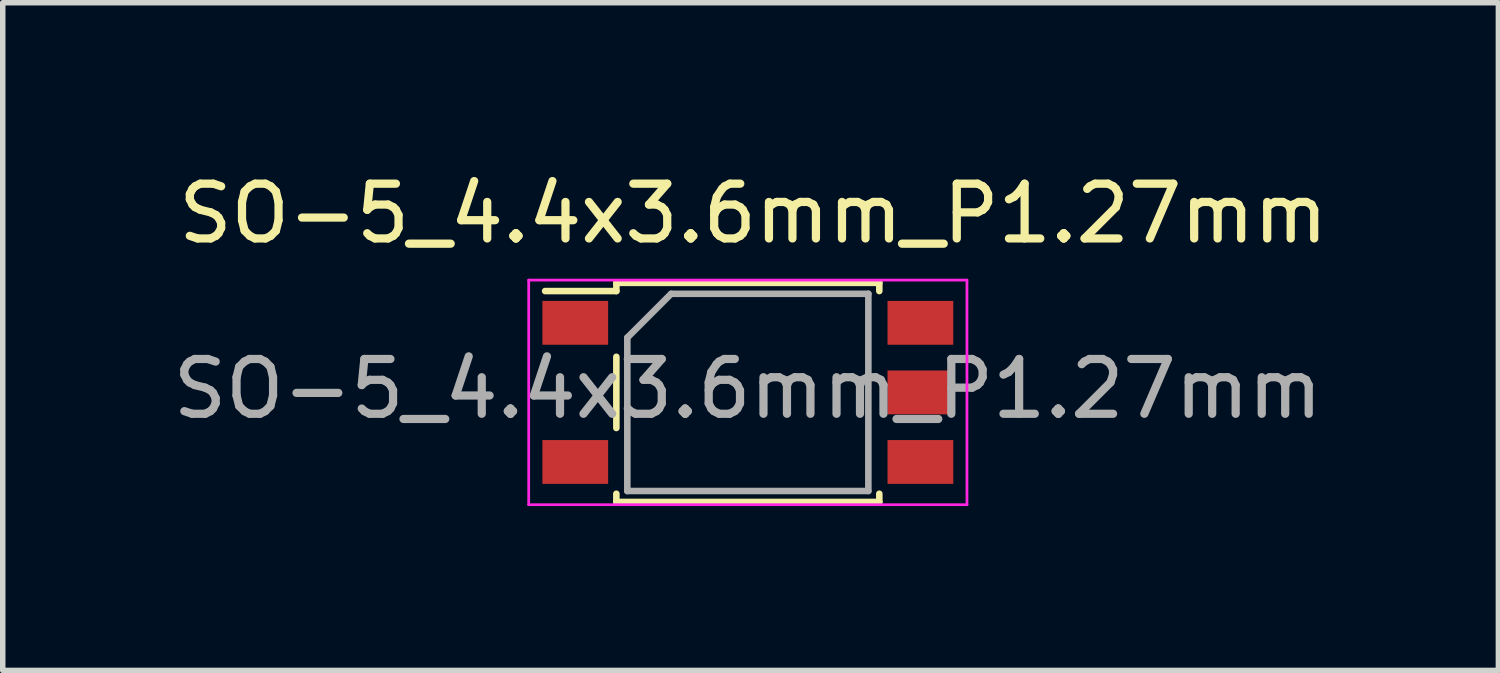
<source format=kicad_pcb>
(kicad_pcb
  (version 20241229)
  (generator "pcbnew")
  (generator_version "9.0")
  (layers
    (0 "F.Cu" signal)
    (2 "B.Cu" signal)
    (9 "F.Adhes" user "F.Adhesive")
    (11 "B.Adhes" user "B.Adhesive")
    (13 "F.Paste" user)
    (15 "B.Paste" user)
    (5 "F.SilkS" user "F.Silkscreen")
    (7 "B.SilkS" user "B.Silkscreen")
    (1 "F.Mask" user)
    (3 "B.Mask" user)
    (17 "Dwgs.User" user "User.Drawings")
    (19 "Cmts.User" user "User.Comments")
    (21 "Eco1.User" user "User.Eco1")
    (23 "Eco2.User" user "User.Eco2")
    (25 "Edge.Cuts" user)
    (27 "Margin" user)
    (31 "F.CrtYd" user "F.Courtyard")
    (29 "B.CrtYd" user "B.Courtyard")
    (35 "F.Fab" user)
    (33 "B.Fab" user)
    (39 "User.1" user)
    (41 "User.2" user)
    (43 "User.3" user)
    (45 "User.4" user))
  (footprint "SO-5_4.4x3.6mm_P1.27mm"
    (layer "F.Cu")
    (at 10.601 4.113)
    (property "Reference" "SO-5_4.4x3.6mm_P1.27mm" (at 0.1 -3.265 0) (layer "F.SilkS") (effects (font (size 1 1) (thickness 0.15))))
    (attr smd)
    (fp_line (start -2.4 -2) (end 2.4 -2) (stroke (width 0.12) (type solid)) (layer "F.SilkS"))
    (fp_line (start -2.4 -1.85) (end -3.7 -1.85) (stroke (width 0.12) (type solid)) (layer "F.SilkS"))
    (fp_line (start -2.4 -1.85) (end -2.4 -2) (stroke (width 0.12) (type solid)) (layer "F.SilkS"))
    (fp_line (start -2.4 0.65) (end -2.4 -0.65) (stroke (width 0.12) (type solid)) (layer "F.SilkS"))
    (fp_line (start -2.4 2) (end -2.4 1.85) (stroke (width 0.12) (type solid)) (layer "F.SilkS"))
    (fp_line (start 2.4 -2) (end 2.4 -1.85) (stroke (width 0.12) (type solid)) (layer "F.SilkS"))
    (fp_line (start 2.4 1.85) (end 2.4 2) (stroke (width 0.12) (type solid)) (layer "F.SilkS"))
    (fp_line (start 2.4 2) (end -2.4 2) (stroke (width 0.12) (type solid)) (layer "F.SilkS"))
    (fp_line (start -4 -2.05) (end -4 2.05) (stroke (width 0.05) (type solid)) (layer "F.CrtYd"))
    (fp_line (start -4 -2.05) (end 4 -2.05) (stroke (width 0.05) (type solid)) (layer "F.CrtYd"))
    (fp_line (start 4 2.05) (end -4 2.05) (stroke (width 0.05) (type solid)) (layer "F.CrtYd"))
    (fp_line (start 4 2.05) (end 4 -2.05) (stroke (width 0.05) (type solid)) (layer "F.CrtYd"))
    (fp_line (start -2.2 -1) (end -1.4 -1.8) (stroke (width 0.12) (type solid)) (layer "F.Fab"))
    (fp_line (start -2.2 1.8) (end -2.2 -1) (stroke (width 0.12) (type solid)) (layer "F.Fab"))
    (fp_line (start -1.4 -1.8) (end 2.2 -1.8) (stroke (width 0.12) (type solid)) (layer "F.Fab"))
    (fp_line (start 2.2 -1.8) (end 2.2 1.8) (stroke (width 0.12) (type solid)) (layer "F.Fab"))
    (fp_line (start 2.2 1.8) (end -2.2 1.8) (stroke (width 0.12) (type solid)) (layer "F.Fab"))
    (fp_text user "${REFERENCE}" (at 0 -0.065 0) (layer "F.Fab") (effects (font (size 1 1) (thickness 0.15))))
    (pad "1" smd rect (at -3.15 -1.27) (size 1.2 0.8) (layers "F.Cu" "F.Mask" "F.Paste"))
    (pad "3" smd rect (at -3.15 1.27) (size 1.2 0.8) (layers "F.Cu" "F.Mask" "F.Paste"))
    (pad "4" smd rect (at 3.15 1.27) (size 1.2 0.8) (layers "F.Cu" "F.Mask" "F.Paste"))
    (pad "5" smd rect (at 3.15 0) (size 1.2 0.8) (layers "F.Cu" "F.Mask" "F.Paste"))
    (pad "6" smd rect (at 3.15 -1.27) (size 1.2 0.8) (layers "F.Cu" "F.Mask" "F.Paste")))
  (gr_rect
    (start -3 -3)
    (end 24.302 9.188)
    (stroke (width 0.1) (type default))
    (fill no)
    (layer "Edge.Cuts")))
</source>
